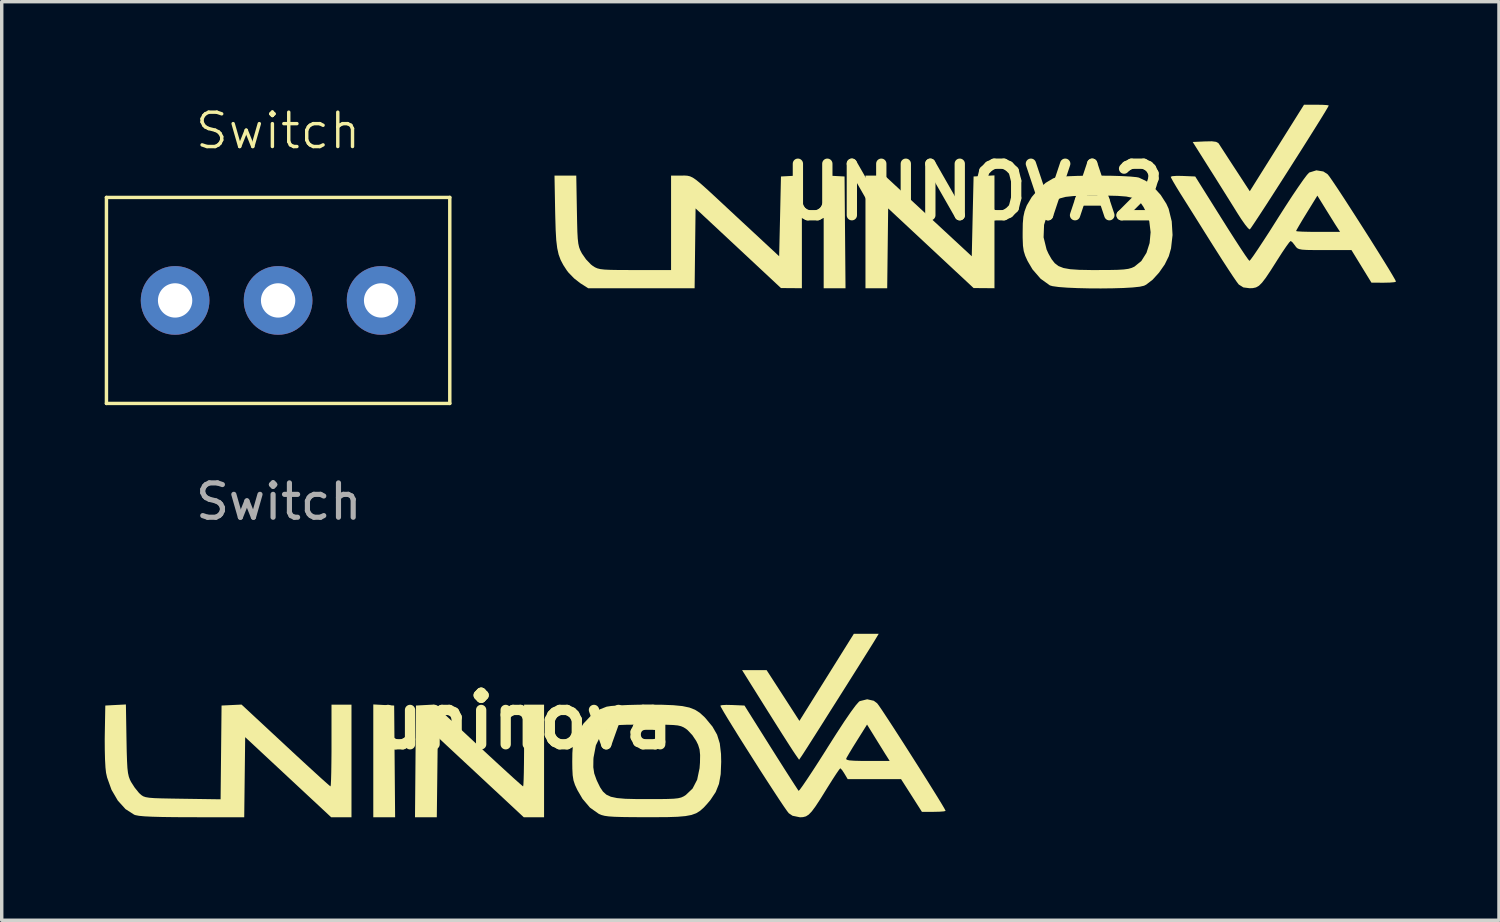
<source format=kicad_pcb>
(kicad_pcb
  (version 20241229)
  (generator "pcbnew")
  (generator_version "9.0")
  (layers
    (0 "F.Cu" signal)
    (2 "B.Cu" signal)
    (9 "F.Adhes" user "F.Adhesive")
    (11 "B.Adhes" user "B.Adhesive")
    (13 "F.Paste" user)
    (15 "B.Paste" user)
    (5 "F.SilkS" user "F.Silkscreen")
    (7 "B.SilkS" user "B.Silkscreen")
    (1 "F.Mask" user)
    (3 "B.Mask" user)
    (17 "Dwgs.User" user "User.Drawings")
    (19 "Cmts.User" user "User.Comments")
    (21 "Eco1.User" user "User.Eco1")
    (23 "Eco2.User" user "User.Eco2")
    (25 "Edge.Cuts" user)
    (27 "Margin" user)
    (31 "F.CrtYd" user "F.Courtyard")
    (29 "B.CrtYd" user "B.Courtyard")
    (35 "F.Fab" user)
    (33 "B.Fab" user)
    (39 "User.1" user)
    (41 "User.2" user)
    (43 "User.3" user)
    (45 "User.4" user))
  (footprint "uninova"
    (layer "F.Cu")
    (at 12.214 17.949)
    (property "Reference" "uninova" (at 0 0 0) (layer "F.SilkS") (effects (font (size 1.5 1.5) (thickness 0.3))))
    (attr board_only exclude_from_pos_files exclude_from_bom)
    (fp_poly (pts (xy -4.088 -0.466) (xy -3.784 -0.45) (xy -3.77 1.177) (xy -3.756 2.805) (xy -4.074 2.805) (xy -4.392 2.805) (xy -4.392 1.162) (xy -4.392 -0.482)) (stroke (width 0) (type solid)) (fill yes) (layer "F.SilkS"))
    (fp_poly (pts (xy -1.338 0.713) (xy -1.03 0.999) (xy -0.748 1.259) (xy -0.499 1.487) (xy -0.294 1.674) (xy -0.141 1.81) (xy -0.05 1.889) (xy -0.028 1.905) (xy -0.02 1.855) (xy -0.013 1.713) (xy -0.007 1.496) (xy -0.003 1.218) (xy -0.00032 0.893) (xy 0 0.714) (xy 0 -0.476) (xy 0.291 -0.476) (xy 0.582 -0.476) (xy 0.582 1.164) (xy 0.582 2.805) (xy 0.287 2.805) (xy -0.008 2.805) (xy -1.261 1.638) (xy -2.514 0.471) (xy -2.528 1.638) (xy -2.542 2.805) (xy -2.859 2.805) (xy -3.177 2.805) (xy -3.163 1.177) (xy -3.149 -0.45) (xy -2.884 -0.464) (xy -2.619 -0.478)) (stroke (width 0) (type solid)) (fill yes) (layer "F.SilkS"))
    (fp_poly (pts (xy 10.226 -2.368) (xy 10.168 -2.273) (xy 10.063 -2.105) (xy 9.919 -1.876) (xy 9.745 -1.598) (xy 9.548 -1.286) (xy 9.337 -0.951) (xy 9.119 -0.606) (xy 8.902 -0.264) (xy 8.696 0.063) (xy 8.507 0.361) (xy 8.344 0.617) (xy 8.215 0.82) (xy 8.127 0.956) (xy 8.093 1.008) (xy 8.01 1.129) (xy 7.902 0.974) (xy 7.829 0.865) (xy 7.705 0.673) (xy 7.533 0.404) (xy 7.319 0.066) (xy 7.066 -0.336) (xy 6.78 -0.793) (xy 6.622 -1.045) (xy 6.349 -1.482) (xy 6.707 -1.481) (xy 7.064 -1.481) (xy 7.542 -0.742) (xy 8.019 -0.003) (xy 8.812 -1.271) (xy 9.604 -2.539) (xy 9.967 -2.54) (xy 10.329 -2.54)) (stroke (width 0) (type solid)) (fill yes) (layer "F.SilkS"))
    (fp_poly (pts (xy -11.58 0.54) (xy -11.573 0.9) (xy -11.564 1.17) (xy -11.553 1.37) (xy -11.536 1.514) (xy -11.512 1.622) (xy -11.48 1.709) (xy -11.448 1.773) (xy -11.342 1.939) (xy -11.221 2.089) (xy -11.193 2.117) (xy -11.143 2.161) (xy -11.091 2.194) (xy -11.021 2.218) (xy -10.918 2.235) (xy -10.768 2.247) (xy -10.555 2.254) (xy -10.264 2.26) (xy -9.945 2.265) (xy -8.839 2.281) (xy -8.825 0.916) (xy -8.811 -0.45) (xy -8.52 -0.464) (xy -8.229 -0.478) (xy -6.947 0.713) (xy -6.639 0.999) (xy -6.357 1.259) (xy -6.108 1.487) (xy -5.903 1.674) (xy -5.75 1.81) (xy -5.659 1.889) (xy -5.637 1.905) (xy -5.629 1.855) (xy -5.622 1.713) (xy -5.616 1.496) (xy -5.612 1.218) (xy -5.609 0.893) (xy -5.609 0.714) (xy -5.609 -0.476) (xy -5.318 -0.476) (xy -5.027 -0.476) (xy -5.027 1.164) (xy -5.027 2.805) (xy -5.322 2.805) (xy -5.617 2.805) (xy -6.87 1.638) (xy -8.123 0.471) (xy -8.137 1.638) (xy -8.151 2.805) (xy -9.672 2.803) (xy -10.151 2.801) (xy -10.534 2.796) (xy -10.833 2.788) (xy -11.056 2.777) (xy -11.215 2.762) (xy -11.319 2.742) (xy -11.356 2.729) (xy -11.609 2.566) (xy -11.833 2.318) (xy -12.016 2.005) (xy -12.144 1.648) (xy -12.175 1.51) (xy -12.192 1.358) (xy -12.205 1.127) (xy -12.212 0.844) (xy -12.214 0.534) (xy -12.212 0.391) (xy -12.197 -0.45) (xy -11.897 -0.466) (xy -11.597 -0.481)) (stroke (width 0) (type solid)) (fill yes) (layer "F.SilkS"))
    (fp_poly (pts (xy 10.185 -0.589) (xy 10.283 -0.516) (xy 10.332 -0.451) (xy 10.428 -0.311) (xy 10.561 -0.109) (xy 10.726 0.143) (xy 10.912 0.431) (xy 11.113 0.744) (xy 11.32 1.069) (xy 11.526 1.393) (xy 11.722 1.704) (xy 11.9 1.989) (xy 12.053 2.235) (xy 12.172 2.43) (xy 12.249 2.562) (xy 12.277 2.618) (xy 12.277 2.618) (xy 12.228 2.632) (xy 12.102 2.642) (xy 11.932 2.646) (xy 11.587 2.646) (xy 11.284 2.17) (xy 10.98 1.694) (xy 10.203 1.694) (xy 9.425 1.693) (xy 9.331 1.535) (xy 9.262 1.429) (xy 9.213 1.379) (xy 9.209 1.378) (xy 9.173 1.421) (xy 9.092 1.538) (xy 8.979 1.712) (xy 8.844 1.926) (xy 8.815 1.973) (xy 8.632 2.268) (xy 8.491 2.483) (xy 8.381 2.632) (xy 8.291 2.726) (xy 8.209 2.778) (xy 8.124 2.8) (xy 8.037 2.805) (xy 7.818 2.76) (xy 7.709 2.686) (xy 7.658 2.62) (xy 7.56 2.48) (xy 7.425 2.278) (xy 7.259 2.025) (xy 7.071 1.736) (xy 6.869 1.423) (xy 6.662 1.097) (xy 6.456 0.773) (xy 6.26 0.462) (xy 6.083 0.177) (xy 5.931 -0.069) (xy 5.814 -0.264) (xy 5.74 -0.394) (xy 5.715 -0.447) (xy 5.763 -0.462) (xy 5.89 -0.469) (xy 6.067 -0.465) (xy 6.419 -0.45) (xy 7.191 0.777) (xy 7.395 1.1) (xy 7.581 1.393) (xy 7.742 1.645) (xy 7.87 1.844) (xy 7.957 1.977) (xy 7.995 2.034) (xy 7.996 2.035) (xy 8.031 2) (xy 8.114 1.886) (xy 8.239 1.703) (xy 8.397 1.464) (xy 8.583 1.177) (xy 8.633 1.098) (xy 9.381 1.098) (xy 9.394 1.127) (xy 9.47 1.147) (xy 9.621 1.158) (xy 9.859 1.164) (xy 10.002 1.164) (xy 10.648 1.164) (xy 10.573 1.045) (xy 10.511 0.947) (xy 10.412 0.787) (xy 10.292 0.594) (xy 10.243 0.515) (xy 9.989 0.104) (xy 9.698 0.568) (xy 9.573 0.768) (xy 9.47 0.939) (xy 9.401 1.058) (xy 9.381 1.098) (xy 8.633 1.098) (xy 8.787 0.856) (xy 8.839 0.772) (xy 9.103 0.357) (xy 9.329 0.011) (xy 9.515 -0.26) (xy 9.656 -0.451) (xy 9.749 -0.558) (xy 9.776 -0.578) (xy 9.993 -0.632)) (stroke (width 0) (type solid)) (fill yes) (layer "F.SilkS"))
    (fp_poly (pts (xy 4.012 -0.473) (xy 4.348 -0.46) (xy 4.611 -0.434) (xy 4.816 -0.391) (xy 4.979 -0.327) (xy 5.117 -0.239) (xy 5.246 -0.122) (xy 5.29 -0.075) (xy 5.488 0.165) (xy 5.621 0.398) (xy 5.7 0.653) (xy 5.736 0.961) (xy 5.741 1.191) (xy 5.727 1.547) (xy 5.677 1.83) (xy 5.581 2.07) (xy 5.43 2.297) (xy 5.344 2.4) (xy 5.233 2.522) (xy 5.127 2.616) (xy 5.013 2.687) (xy 4.875 2.737) (xy 4.698 2.77) (xy 4.467 2.79) (xy 4.168 2.8) (xy 3.785 2.802) (xy 3.561 2.802) (xy 3.165 2.801) (xy 2.861 2.797) (xy 2.633 2.79) (xy 2.466 2.779) (xy 2.345 2.762) (xy 2.257 2.739) (xy 2.185 2.709) (xy 2.17 2.701) (xy 1.919 2.523) (xy 1.703 2.269) (xy 1.552 2.011) (xy 1.483 1.863) (xy 1.439 1.73) (xy 1.415 1.579) (xy 1.405 1.379) (xy 1.405 1.348) (xy 2.016 1.348) (xy 2.043 1.527) (xy 2.109 1.712) (xy 2.134 1.767) (xy 2.214 1.931) (xy 2.297 2.055) (xy 2.396 2.145) (xy 2.528 2.207) (xy 2.708 2.245) (xy 2.951 2.266) (xy 3.273 2.274) (xy 3.577 2.275) (xy 3.92 2.275) (xy 4.174 2.271) (xy 4.357 2.264) (xy 4.485 2.25) (xy 4.576 2.228) (xy 4.647 2.196) (xy 4.71 2.156) (xy 4.908 1.967) (xy 5.041 1.71) (xy 5.111 1.375) (xy 5.123 1.217) (xy 5.127 0.991) (xy 5.111 0.83) (xy 5.068 0.692) (xy 5.014 0.582) (xy 4.901 0.413) (xy 4.764 0.267) (xy 4.711 0.225) (xy 4.643 0.183) (xy 4.571 0.152) (xy 4.477 0.13) (xy 4.346 0.117) (xy 4.158 0.11) (xy 3.899 0.106) (xy 3.572 0.106) (xy 3.228 0.107) (xy 2.973 0.11) (xy 2.79 0.117) (xy 2.661 0.131) (xy 2.569 0.153) (xy 2.498 0.185) (xy 2.433 0.225) (xy 2.228 0.427) (xy 2.091 0.709) (xy 2.023 1.066) (xy 2.019 1.12) (xy 2.016 1.348) (xy 1.405 1.348) (xy 1.403 1.191) (xy 1.406 0.935) (xy 1.419 0.751) (xy 1.448 0.606) (xy 1.5 0.468) (xy 1.551 0.359) (xy 1.731 0.074) (xy 1.96 -0.168) (xy 2.215 -0.343) (xy 2.405 -0.417) (xy 2.536 -0.437) (xy 2.749 -0.453) (xy 3.023 -0.466) (xy 3.335 -0.474) (xy 3.586 -0.476)) (stroke (width 0) (type solid)) (fill yes) (layer "F.SilkS")))
  (footprint "UNINOVA2"
    (layer "F.Cu")
    (at 25.332 2.54)
    (property "Reference" "UNINOVA2" (at 0 0 0) (layer "F.SilkS") (effects (font (size 1.5 1.5) (thickness 0.3))))
    (attr board_only exclude_from_pos_files exclude_from_bom)
    (fp_poly (pts (xy -4.088 -0.466) (xy -3.784 -0.45) (xy -3.77 1.177) (xy -3.756 2.805) (xy -4.074 2.805) (xy -4.392 2.805) (xy -4.392 1.162) (xy -4.392 -0.482)) (stroke (width 0) (type solid)) (fill yes) (layer "F.SilkS"))
    (fp_poly (pts (xy 0.582 1.162) (xy 0.582 2.805) (xy 0.278 2.802) (xy -0.026 2.8) (xy -1.27 1.64) (xy -2.514 0.48) (xy -2.528 1.642) (xy -2.542 2.805) (xy -2.859 2.805) (xy -3.175 2.805) (xy -3.175 1.164) (xy -3.175 -0.476) (xy -2.895 -0.476) (xy -2.615 -0.476) (xy -1.347 0.699) (xy -0.079 1.874) (xy -0.053 0.712) (xy -0.026 -0.45) (xy 0.278 -0.466) (xy 0.582 -0.482)) (stroke (width 0) (type solid)) (fill yes) (layer "F.SilkS"))
    (fp_poly (pts (xy 10.138 -2.537) (xy 10.267 -2.529) (xy 10.319 -2.518) (xy 10.319 -2.518) (xy 10.291 -2.464) (xy 10.214 -2.334) (xy 10.094 -2.138) (xy 9.938 -1.888) (xy 9.755 -1.596) (xy 9.552 -1.274) (xy 9.335 -0.933) (xy 9.113 -0.584) (xy 8.893 -0.24) (xy 8.682 0.089) (xy 8.488 0.39) (xy 8.317 0.652) (xy 8.178 0.863) (xy 8.078 1.012) (xy 8.024 1.087) (xy 8.017 1.093) (xy 7.969 1.058) (xy 7.881 0.95) (xy 7.766 0.786) (xy 7.66 0.621) (xy 7.525 0.404) (xy 7.351 0.126) (xy 7.156 -0.185) (xy 6.959 -0.499) (xy 6.856 -0.661) (xy 6.356 -1.455) (xy 6.71 -1.471) (xy 6.914 -1.475) (xy 7.037 -1.459) (xy 7.104 -1.421) (xy 7.117 -1.404) (xy 7.164 -1.331) (xy 7.257 -1.188) (xy 7.384 -0.992) (xy 7.533 -0.763) (xy 7.594 -0.67) (xy 8.018 -0.02) (xy 8.808 -1.28) (xy 9.598 -2.54) (xy 9.958 -2.54)) (stroke (width 0) (type solid)) (fill yes) (layer "F.SilkS"))
    (fp_poly (pts (xy -5.027 1.162) (xy -5.027 2.805) (xy -5.331 2.802) (xy -5.636 2.8) (xy -6.879 1.64) (xy -8.123 0.48) (xy -8.137 1.642) (xy -8.151 2.805) (xy -9.701 2.805) (xy -11.251 2.805) (xy -11.486 2.655) (xy -11.661 2.518) (xy -11.823 2.351) (xy -11.872 2.288) (xy -11.975 2.13) (xy -12.054 1.98) (xy -12.112 1.822) (xy -12.153 1.636) (xy -12.181 1.405) (xy -12.198 1.111) (xy -12.209 0.736) (xy -12.213 0.569) (xy -12.232 -0.476) (xy -11.915 -0.476) (xy -11.598 -0.476) (xy -11.58 0.542) (xy -11.573 0.897) (xy -11.566 1.164) (xy -11.555 1.36) (xy -11.539 1.501) (xy -11.516 1.607) (xy -11.484 1.694) (xy -11.44 1.779) (xy -11.43 1.797) (xy -11.313 1.965) (xy -11.172 2.112) (xy -11.118 2.154) (xy -11.052 2.196) (xy -10.983 2.226) (xy -10.895 2.248) (xy -10.772 2.262) (xy -10.597 2.27) (xy -10.355 2.274) (xy -10.029 2.275) (xy -9.888 2.275) (xy -8.837 2.275) (xy -8.837 0.9) (xy -8.837 -0.476) (xy -8.54 -0.476) (xy -8.442 -0.477) (xy -8.361 -0.472) (xy -8.285 -0.454) (xy -8.203 -0.416) (xy -8.104 -0.348) (xy -7.976 -0.243) (xy -7.806 -0.092) (xy -7.585 0.111) (xy -7.299 0.377) (xy -7.223 0.448) (xy -6.963 0.69) (xy -6.686 0.947) (xy -6.421 1.193) (xy -6.197 1.401) (xy -6.138 1.456) (xy -5.689 1.873) (xy -5.662 0.712) (xy -5.636 -0.45) (xy -5.331 -0.466) (xy -5.027 -0.482)) (stroke (width 0) (type solid)) (fill yes) (layer "F.SilkS"))
    (fp_poly (pts (xy 3.979 -0.471) (xy 4.283 -0.462) (xy 4.539 -0.448) (xy 4.724 -0.43) (xy 4.789 -0.417) (xy 5.002 -0.315) (xy 5.222 -0.137) (xy 5.426 0.091) (xy 5.589 0.345) (xy 5.655 0.491) (xy 5.745 0.857) (xy 5.769 1.255) (xy 5.725 1.643) (xy 5.66 1.871) (xy 5.542 2.112) (xy 5.376 2.35) (xy 5.189 2.556) (xy 5.002 2.7) (xy 4.939 2.732) (xy 4.816 2.76) (xy 4.61 2.782) (xy 4.339 2.798) (xy 4.024 2.807) (xy 3.682 2.811) (xy 3.335 2.809) (xy 3.001 2.801) (xy 2.699 2.788) (xy 2.45 2.769) (xy 2.272 2.744) (xy 2.196 2.722) (xy 1.927 2.529) (xy 1.69 2.256) (xy 1.546 2.011) (xy 1.478 1.861) (xy 1.435 1.724) (xy 1.412 1.568) (xy 1.404 1.358) (xy 1.403 1.323) (xy 2.013 1.323) (xy 2.1 1.677) (xy 2.156 1.8) (xy 2.245 1.957) (xy 2.337 2.075) (xy 2.447 2.159) (xy 2.593 2.216) (xy 2.789 2.251) (xy 3.052 2.269) (xy 3.397 2.275) (xy 3.572 2.275) (xy 3.913 2.274) (xy 4.165 2.269) (xy 4.349 2.258) (xy 4.48 2.24) (xy 4.577 2.213) (xy 4.657 2.177) (xy 4.86 2.012) (xy 5.009 1.775) (xy 5.101 1.488) (xy 5.13 1.173) (xy 5.091 0.854) (xy 5.003 0.596) (xy 4.923 0.438) (xy 4.84 0.317) (xy 4.739 0.23) (xy 4.604 0.171) (xy 4.42 0.134) (xy 4.171 0.115) (xy 3.842 0.107) (xy 3.572 0.106) (xy 3.181 0.109) (xy 2.881 0.12) (xy 2.656 0.144) (xy 2.49 0.188) (xy 2.368 0.256) (xy 2.274 0.354) (xy 2.194 0.486) (xy 2.141 0.596) (xy 2.027 0.957) (xy 2.013 1.323) (xy 1.403 1.323) (xy 1.403 1.191) (xy 1.407 0.921) (xy 1.424 0.724) (xy 1.458 0.567) (xy 1.514 0.415) (xy 1.527 0.386) (xy 1.667 0.15) (xy 1.859 -0.076) (xy 2.075 -0.266) (xy 2.289 -0.393) (xy 2.361 -0.419) (xy 2.495 -0.44) (xy 2.713 -0.456) (xy 2.992 -0.467) (xy 3.311 -0.473) (xy 3.647 -0.474)) (stroke (width 0) (type solid)) (fill yes) (layer "F.SilkS"))
    (fp_poly (pts (xy 10.16 -0.596) (xy 10.284 -0.516) (xy 10.336 -0.451) (xy 10.433 -0.311) (xy 10.569 -0.109) (xy 10.735 0.143) (xy 10.922 0.432) (xy 11.124 0.746) (xy 11.332 1.071) (xy 11.538 1.395) (xy 11.733 1.706) (xy 11.91 1.99) (xy 12.062 2.236) (xy 12.178 2.43) (xy 12.253 2.56) (xy 12.277 2.613) (xy 12.228 2.629) (xy 12.101 2.64) (xy 11.923 2.644) (xy 11.919 2.644) (xy 11.562 2.643) (xy 11.271 2.169) (xy 10.98 1.694) (xy 10.201 1.694) (xy 9.899 1.693) (xy 9.685 1.69) (xy 9.542 1.681) (xy 9.451 1.663) (xy 9.395 1.635) (xy 9.357 1.593) (xy 9.335 1.561) (xy 9.261 1.467) (xy 9.208 1.429) (xy 9.166 1.471) (xy 9.081 1.587) (xy 8.965 1.758) (xy 8.829 1.969) (xy 8.811 1.998) (xy 8.628 2.286) (xy 8.487 2.497) (xy 8.377 2.641) (xy 8.286 2.732) (xy 8.2 2.781) (xy 8.108 2.801) (xy 8.017 2.805) (xy 7.831 2.781) (xy 7.701 2.699) (xy 7.689 2.686) (xy 7.63 2.607) (xy 7.525 2.454) (xy 7.383 2.239) (xy 7.214 1.979) (xy 7.028 1.686) (xy 6.932 1.535) (xy 6.725 1.206) (xy 6.519 0.877) (xy 6.325 0.568) (xy 6.157 0.301) (xy 6.028 0.096) (xy 5.999 0.051) (xy 5.88 -0.143) (xy 5.785 -0.304) (xy 5.727 -0.411) (xy 5.715 -0.441) (xy 5.763 -0.459) (xy 5.89 -0.468) (xy 6.068 -0.466) (xy 6.072 -0.465) (xy 6.429 -0.45) (xy 7.197 0.774) (xy 7.4 1.096) (xy 7.586 1.387) (xy 7.747 1.635) (xy 7.876 1.829) (xy 7.966 1.957) (xy 8.007 2.007) (xy 8.008 2.007) (xy 8.046 1.967) (xy 8.133 1.847) (xy 8.26 1.66) (xy 8.42 1.417) (xy 8.6 1.14) (xy 9.366 1.14) (xy 9.416 1.149) (xy 9.551 1.157) (xy 9.751 1.162) (xy 9.996 1.164) (xy 10.007 1.164) (xy 10.648 1.164) (xy 10.568 1.041) (xy 10.503 0.94) (xy 10.402 0.778) (xy 10.282 0.585) (xy 10.237 0.513) (xy 9.987 0.108) (xy 9.677 0.611) (xy 9.552 0.815) (xy 9.452 0.984) (xy 9.386 1.099) (xy 9.366 1.14) (xy 8.6 1.14) (xy 8.606 1.13) (xy 8.81 0.808) (xy 8.841 0.758) (xy 9.052 0.428) (xy 9.249 0.125) (xy 9.426 -0.137) (xy 9.573 -0.348) (xy 9.683 -0.494) (xy 9.747 -0.563) (xy 9.75 -0.565) (xy 9.958 -0.629)) (stroke (width 0) (type solid)) (fill yes) (layer "F.SilkS")))
  (footprint "Switch"
    (layer "F.Cu")
    (at 5.05 5.7)
    (property "Reference" "Switch" (at 0 -4.94 0) (unlocked yes) (layer "F.SilkS") (effects (font (size 1 1) (thickness 0.1))))
    (attr through_hole)
    (fp_line (start -5 -3) (end 5 -3) (stroke (width 0.1) (type default)) (layer "F.SilkS"))
    (fp_line (start -5 3) (end -5 -3) (stroke (width 0.1) (type default)) (layer "F.SilkS"))
    (fp_line (start 5 -3) (end 5 3) (stroke (width 0.1) (type default)) (layer "F.SilkS"))
    (fp_line (start 5 3) (end -5 3) (stroke (width 0.1) (type default)) (layer "F.SilkS"))
    (fp_text user "${REFERENCE}" (at 0.02 5.86 0) (unlocked yes) (layer "F.Fab") (effects (font (size 1 1) (thickness 0.15))))
    (pad "1" thru_hole circle (at -3 0) (size 2 2) (drill 1) (layers "*.Cu" "*.Mask"))
    (pad "2" thru_hole circle (at 0 0) (size 2 2) (drill 1) (layers "*.Cu" "*.Mask"))
    (pad "3" thru_hole circle (at 3 0) (size 2 2) (drill 1) (layers "*.Cu" "*.Mask")))
  (gr_rect
    (start -3 -3)
    (end 40.608 23.753)
    (stroke (width 0.1) (type default))
    (fill no)
    (layer "Edge.Cuts")))
</source>
